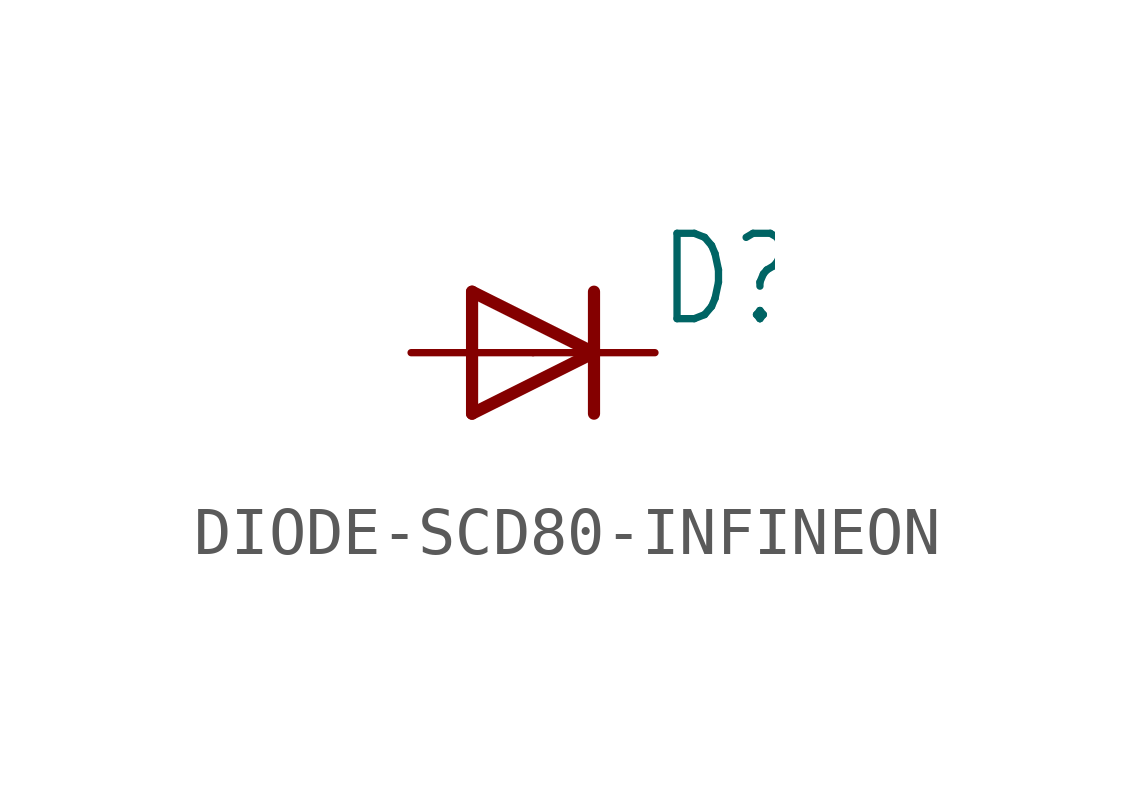
<source format=kicad_sym>
(kicad_symbol_lib
  (version 20241209)
  (generator "kicad_symbol_editor")
  (generator_version "9.0")
  (symbol "DIODE-SCD80-INFINEON"
    (property "Reference" "D"
      (at 2.54 0.483 0)
      (effects (font (size 1.778 1.511)) (justify left bottom)))
    (property "Value" ""
      (at 2.54 -2.311 0)
      (effects (font (size 1.778 1.511)) (justify left bottom)))
    (property "ki_locked" ""
      (at 0 0 0)
      (effects (font (size 1.27 1.27))))
    (symbol "DIODE-SCD80-INFINEON_1_0"
      (polyline (pts (xy -1.27 1.27) (xy -1.27 -1.27)) (stroke (width 0.254) (type solid)) (fill (type none)))
      (polyline (pts (xy -1.27 -1.27) (xy 1.27 0)) (stroke (width 0.254) (type solid)) (fill (type none)))
      (polyline (pts (xy 1.27 1.27) (xy 1.27 0)) (stroke (width 0.254) (type solid)) (fill (type none)))
      (polyline (pts (xy 1.27 0) (xy -1.27 1.27)) (stroke (width 0.254) (type solid)) (fill (type none)))
      (polyline (pts (xy 1.27 0) (xy 1.27 -1.27)) (stroke (width 0.254) (type solid)) (fill (type none)))
      (pin passive line (at -2.54 0 0) (length 2.54) (name "A" (effects (font (size 0 0)))) (number "A" (effects (font (size 0 0)))))
      (pin passive line (at 2.54 0 180) (length 2.54) (name "C" (effects (font (size 0 0)))) (number "C" (effects (font (size 0 0))))))))
</source>
